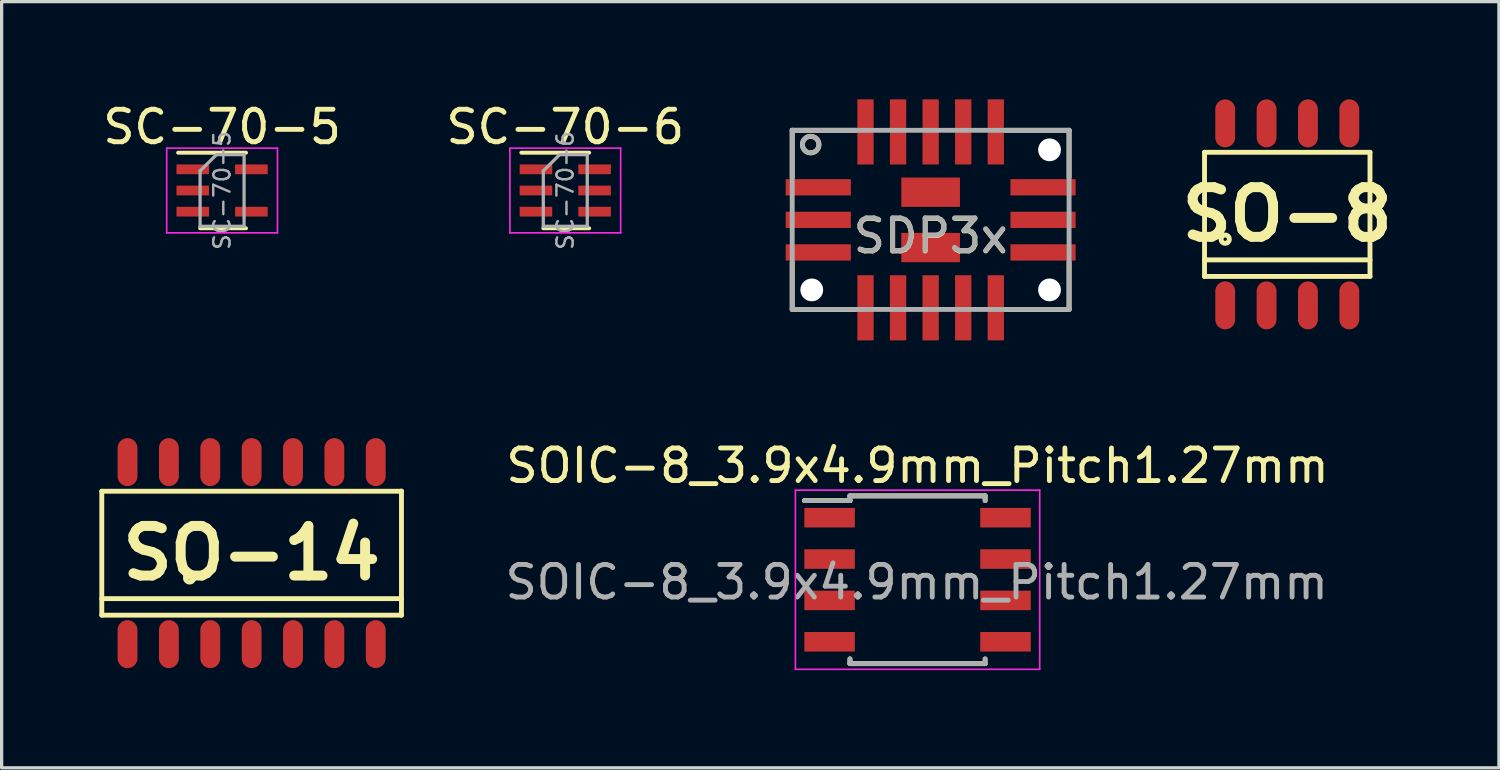
<source format=kicad_pcb>
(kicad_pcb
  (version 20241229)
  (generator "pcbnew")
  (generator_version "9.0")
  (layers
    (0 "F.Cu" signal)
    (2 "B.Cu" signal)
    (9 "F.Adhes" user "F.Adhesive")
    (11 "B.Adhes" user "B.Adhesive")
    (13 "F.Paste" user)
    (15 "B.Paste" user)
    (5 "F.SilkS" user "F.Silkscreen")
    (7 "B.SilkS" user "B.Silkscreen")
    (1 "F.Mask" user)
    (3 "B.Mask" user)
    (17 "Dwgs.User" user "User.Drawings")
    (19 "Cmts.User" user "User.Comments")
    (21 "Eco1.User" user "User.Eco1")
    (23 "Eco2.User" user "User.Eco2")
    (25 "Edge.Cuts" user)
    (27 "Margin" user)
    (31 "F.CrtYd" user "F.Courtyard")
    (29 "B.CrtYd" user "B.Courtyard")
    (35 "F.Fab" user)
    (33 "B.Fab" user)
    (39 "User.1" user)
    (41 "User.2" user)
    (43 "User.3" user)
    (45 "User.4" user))
  (footprint "SOIC-8_3.9x4.9mm_Pitch1.27mm"
    (layer "F.Cu")
    (at 25.119 14.748)
    (property "Reference" "SOIC-8_3.9x4.9mm_Pitch1.27mm" (at 0 -3.5 0) (layer "F.SilkS") (effects (font (size 1 1) (thickness 0.15))))
    (attr smd)
    (fp_line (start -2.075 -2.575) (end -2.075 -2.43) (stroke (width 0.15) (type solid)) (layer "F.SilkS"))
    (fp_line (start -2.075 -2.575) (end 2.075 -2.575) (stroke (width 0.15) (type solid)) (layer "F.SilkS"))
    (fp_line (start -2.075 -2.43) (end -3.475 -2.43) (stroke (width 0.15) (type solid)) (layer "F.SilkS"))
    (fp_line (start -2.075 2.575) (end -2.075 2.43) (stroke (width 0.15) (type solid)) (layer "F.SilkS"))
    (fp_line (start -2.075 2.575) (end 2.075 2.575) (stroke (width 0.15) (type solid)) (layer "F.SilkS"))
    (fp_line (start 2.075 -2.575) (end 2.075 -2.43) (stroke (width 0.15) (type solid)) (layer "F.SilkS"))
    (fp_line (start -3.75 -2.75) (end -3.75 2.75) (stroke (width 0.05) (type solid)) (layer "F.CrtYd"))
    (fp_line (start -3.75 -2.75) (end 3.75 -2.75) (stroke (width 0.05) (type solid)) (layer "F.CrtYd"))
    (fp_line (start -3.75 2.75) (end 3.75 2.75) (stroke (width 0.05) (type solid)) (layer "F.CrtYd"))
    (fp_line (start 3.75 -2.75) (end 3.75 2.75) (stroke (width 0.05) (type solid)) (layer "F.CrtYd"))
    (fp_line (start -2.083 -2.575) (end 2.067 -2.575) (stroke (width 0.15) (type solid)) (layer "F.Fab"))
    (fp_line (start -2.075 -2.575) (end -2.075 -2.43) (stroke (width 0.15) (type solid)) (layer "F.Fab"))
    (fp_line (start -2.075 -2.43) (end -3.475 -2.43) (stroke (width 0.15) (type solid)) (layer "F.Fab"))
    (fp_line (start -2.075 2.575) (end -2.075 2.43) (stroke (width 0.15) (type solid)) (layer "F.Fab"))
    (fp_line (start -2.075 2.575) (end 2.075 2.575) (stroke (width 0.15) (type solid)) (layer "F.Fab"))
    (fp_line (start 2.075 -2.575) (end 2.075 -2.43) (stroke (width 0.15) (type solid)) (layer "F.Fab"))
    (fp_line (start 2.075 2.575) (end 2.075 2.43) (stroke (width 0.15) (type solid)) (layer "F.Fab"))
    (fp_line (start 2.075 2.575) (end 2.075 2.43) (stroke (width 0.15) (type solid)) (layer "F.Fab"))
    (fp_text user "${REFERENCE}" (at -0.025 0.076 0) (layer "F.Fab") (effects (font (size 1 1) (thickness 0.15))))
    (pad "1" smd rect (at -2.7 -1.905) (size 1.55 0.6) (layers "F.Cu" "F.Mask" "F.Paste"))
    (pad "2" smd rect (at -2.7 -0.635) (size 1.55 0.6) (layers "F.Cu" "F.Mask" "F.Paste"))
    (pad "3" smd rect (at -2.7 0.635) (size 1.55 0.6) (layers "F.Cu" "F.Mask" "F.Paste"))
    (pad "4" smd rect (at -2.7 1.905) (size 1.55 0.6) (layers "F.Cu" "F.Mask" "F.Paste"))
    (pad "5" smd rect (at 2.7 1.905) (size 1.55 0.6) (layers "F.Cu" "F.Mask" "F.Paste"))
    (pad "6" smd rect (at 2.7 0.635) (size 1.55 0.6) (layers "F.Cu" "F.Mask" "F.Paste"))
    (pad "7" smd rect (at 2.7 -0.635) (size 1.55 0.6) (layers "F.Cu" "F.Mask" "F.Paste"))
    (pad "8" smd rect (at 2.7 -1.905) (size 1.55 0.6) (layers "F.Cu" "F.Mask" "F.Paste")))
  (footprint "SDP3x"
    (layer "F.Cu")
    (at 25.521 3.7)
    (property "Reference" "SDP3x" (at 0 0.5 0) (layer "F.SilkS") (effects (font (size 1 1) (thickness 0.15))))
    (attr through_hole)
    (fp_line (start -4.25 -2.75) (end -4.25 -1.3) (stroke (width 0.15) (type solid)) (layer "F.SilkS"))
    (fp_line (start -4.25 -2.75) (end -2.3 -2.75) (stroke (width 0.15) (type solid)) (layer "F.SilkS"))
    (fp_line (start -4.25 1.3) (end -4.25 2.75) (stroke (width 0.15) (type solid)) (layer "F.SilkS"))
    (fp_line (start -4.25 2.75) (end -2.3 2.75) (stroke (width 0.15) (type solid)) (layer "F.SilkS"))
    (fp_line (start 2.3 -2.75) (end 4.25 -2.75) (stroke (width 0.15) (type solid)) (layer "F.SilkS"))
    (fp_line (start 4.25 -2.75) (end 4.25 -1.3) (stroke (width 0.15) (type solid)) (layer "F.SilkS"))
    (fp_line (start 4.25 1.3) (end 4.25 2.75) (stroke (width 0.15) (type solid)) (layer "F.SilkS"))
    (fp_line (start 4.25 2.75) (end 2.3 2.75) (stroke (width 0.15) (type solid)) (layer "F.SilkS"))
    (fp_circle (center -3.683 -2.311) (end -3.429 -2.311) (stroke (width 0.15) (type solid)) (fill no) (layer "F.SilkS"))
    (fp_line (start -4.25 -2.75) (end 4.25 -2.75) (stroke (width 0.15) (type solid)) (layer "F.Fab"))
    (fp_line (start -4.25 2.75) (end -4.25 -2.75) (stroke (width 0.15) (type solid)) (layer "F.Fab"))
    (fp_line (start 4.25 -2.75) (end 4.25 2.75) (stroke (width 0.15) (type solid)) (layer "F.Fab"))
    (fp_line (start 4.25 2.75) (end -4.25 2.75) (stroke (width 0.15) (type solid)) (layer "F.Fab"))
    (fp_circle (center -3.683 -2.311) (end -3.429 -2.311) (stroke (width 0.15) (type solid)) (fill no) (layer "F.Fab"))
    (fp_text user "${REFERENCE}" (at 0 0.483 0) (layer "F.Fab") (effects (font (size 1 1) (thickness 0.15))))
    (pad "" np_thru_hole circle (at -3.65 2.15) (size 0.7 0.7) (drill 0.7) (layers "*.Cu" "*.Mask"))
    (pad "" np_thru_hole circle (at 3.65 -2.15) (size 0.7 0.7) (drill 0.7) (layers "*.Cu" "*.Mask"))
    (pad "" np_thru_hole circle (at 3.65 2.15) (size 0.7 0.7) (drill 0.7) (layers "*.Cu" "*.Mask"))
    (pad "1" smd trapezoid (at -3.45 -1) (size 2 0.5) (layers "F.Cu" "F.Mask" "F.Paste"))
    (pad "2" smd trapezoid (at -3.45 0) (size 2 0.5) (layers "F.Cu" "F.Mask" "F.Paste"))
    (pad "3" smd trapezoid (at -3.45 1) (size 2 0.5) (layers "F.Cu" "F.Mask" "F.Paste"))
    (pad "4" smd trapezoid (at -2 2.7 90) (size 2 0.5) (layers "F.Cu" "F.Mask" "F.Paste"))
    (pad "5" smd trapezoid (at -1 2.7 90) (size 2 0.5) (layers "F.Cu" "F.Mask" "F.Paste"))
    (pad "6" smd trapezoid (at 0 2.7 90) (size 2 0.5) (layers "F.Cu" "F.Mask" "F.Paste"))
    (pad "7" smd trapezoid (at 1 2.7 90) (size 2 0.5) (layers "F.Cu" "F.Mask" "F.Paste"))
    (pad "8" smd trapezoid (at 2 2.7 90) (size 2 0.5) (layers "F.Cu" "F.Mask" "F.Paste"))
    (pad "9" smd trapezoid (at 3.45 1) (size 2 0.5) (layers "F.Cu" "F.Mask" "F.Paste"))
    (pad "10" smd trapezoid (at 3.45 0) (size 2 0.5) (layers "F.Cu" "F.Mask" "F.Paste"))
    (pad "11" smd trapezoid (at 3.45 -1) (size 2 0.5) (layers "F.Cu" "F.Mask" "F.Paste"))
    (pad "12" smd trapezoid (at 2 -2.7 90) (size 2 0.5) (layers "F.Cu" "F.Mask" "F.Paste"))
    (pad "13" smd trapezoid (at 1 -2.7 90) (size 2 0.5) (layers "F.Cu" "F.Mask" "F.Paste"))
    (pad "14" smd trapezoid (at 0 -2.7 90) (size 2 0.5) (layers "F.Cu" "F.Mask" "F.Paste"))
    (pad "15" smd trapezoid (at -1 -2.7 90) (size 2 0.5) (layers "F.Cu" "F.Mask" "F.Paste"))
    (pad "16" smd trapezoid (at -2 -2.7 90) (size 2 0.5) (layers "F.Cu" "F.Mask" "F.Paste"))
    (pad "17" smd trapezoid (at 0 -0.85) (size 1.8 0.9) (layers "F.Cu" "F.Mask" "F.Paste"))
    (pad "18" smd trapezoid (at 0 0.85) (size 1.8 0.9) (layers "F.Cu" "F.Mask" "F.Paste")))
  (footprint "SO-8"
    (layer "F.Cu")
    (at 36.469 3.531)
    (property "Reference" "SO-8" (at 0 0 0) (layer "F.SilkS") (effects (font (size 1.524 1.524) (thickness 0.305))))
    (attr through_hole)
    (fp_line (start -2.54 -1.905) (end 2.54 -1.905) (stroke (width 0.15) (type solid)) (layer "F.SilkS"))
    (fp_line (start -2.54 1.397) (end 2.54 1.397) (stroke (width 0.15) (type solid)) (layer "F.SilkS"))
    (fp_line (start -2.54 1.905) (end -2.54 -1.905) (stroke (width 0.15) (type solid)) (layer "F.SilkS"))
    (fp_line (start -2.54 1.905) (end 2.54 1.905) (stroke (width 0.15) (type solid)) (layer "F.SilkS"))
    (fp_line (start 2.54 1.905) (end 2.54 -1.905) (stroke (width 0.15) (type solid)) (layer "F.SilkS"))
    (fp_circle (center -1.905 0.762) (end -1.778 0.762) (stroke (width 0.15) (type solid)) (fill no) (layer "F.SilkS"))
    (pad "1" smd oval (at -1.905 2.794) (size 0.61 1.473) (layers "F.Cu" "F.Mask" "F.Paste"))
    (pad "2" smd oval (at -0.635 2.794) (size 0.61 1.473) (layers "F.Cu" "F.Mask" "F.Paste"))
    (pad "3" smd oval (at 0.635 2.794) (size 0.61 1.473) (layers "F.Cu" "F.Mask" "F.Paste"))
    (pad "4" smd oval (at 1.905 2.794) (size 0.61 1.473) (layers "F.Cu" "F.Mask" "F.Paste"))
    (pad "5" smd oval (at 1.905 -2.794) (size 0.61 1.473) (layers "F.Cu" "F.Mask" "F.Paste"))
    (pad "6" smd oval (at 0.635 -2.794) (size 0.61 1.473) (layers "F.Cu" "F.Mask" "F.Paste"))
    (pad "7" smd oval (at -0.635 -2.794) (size 0.61 1.473) (layers "F.Cu" "F.Mask" "F.Paste"))
    (pad "8" smd oval (at -1.905 -2.794) (size 0.61 1.473) (layers "F.Cu" "F.Mask" "F.Paste")))
  (footprint "SC-70-5"
    (layer "F.Cu")
    (at 3.768 2.798)
    (property "Reference" "SC-70-5" (at 0 -1.95 0) (layer "F.SilkS") (effects (font (size 1 1) (thickness 0.15))))
    (attr smd)
    (fp_line (start -0.675 1.16) (end 0.735 1.16) (stroke (width 0.12) (type solid)) (layer "F.SilkS"))
    (fp_line (start 0.735 -1.16) (end -1.35 -1.16) (stroke (width 0.12) (type solid)) (layer "F.SilkS"))
    (fp_line (start -1.7 -1.3) (end 1.7 -1.3) (stroke (width 0.05) (type solid)) (layer "F.CrtYd"))
    (fp_line (start -1.7 1.3) (end -1.7 -1.3) (stroke (width 0.05) (type solid)) (layer "F.CrtYd"))
    (fp_line (start 1.7 -1.3) (end 1.7 1.3) (stroke (width 0.05) (type solid)) (layer "F.CrtYd"))
    (fp_line (start 1.7 1.3) (end -1.7 1.3) (stroke (width 0.05) (type solid)) (layer "F.CrtYd"))
    (fp_line (start -0.675 -0.6) (end -0.675 1.1) (stroke (width 0.1) (type solid)) (layer "F.Fab"))
    (fp_line (start -0.175 -1.1) (end -0.675 -0.6) (stroke (width 0.1) (type solid)) (layer "F.Fab"))
    (fp_line (start 0.675 -1.1) (end -0.175 -1.1) (stroke (width 0.1) (type solid)) (layer "F.Fab"))
    (fp_line (start 0.675 -1.1) (end 0.675 1.1) (stroke (width 0.1) (type solid)) (layer "F.Fab"))
    (fp_line (start 0.675 1.1) (end -0.675 1.1) (stroke (width 0.1) (type solid)) (layer "F.Fab"))
    (fp_text user "${REFERENCE}" (at 0 0 90) (layer "F.Fab") (effects (font (size 0.5 0.5) (thickness 0.075))))
    (pad "1" smd rect (at -0.9 -0.65 270) (size 0.3 1) (layers "F.Cu" "F.Mask" "F.Paste"))
    (pad "2" smd rect (at -0.9 0 270) (size 0.3 1) (layers "F.Cu" "F.Mask" "F.Paste"))
    (pad "3" smd rect (at -0.9 0.65 270) (size 0.3 1) (layers "F.Cu" "F.Mask" "F.Paste"))
    (pad "4" smd rect (at 0.9 0.65 270) (size 0.3 1) (layers "F.Cu" "F.Mask" "F.Paste"))
    (pad "5" smd rect (at 0.9 -0.65 270) (size 0.3 1) (layers "F.Cu" "F.Mask" "F.Paste")))
  (footprint "SC-70-6"
    (layer "F.Cu")
    (at 14.304 2.798)
    (property "Reference" "SC-70-6" (at 0 -1.95 0) (layer "F.SilkS") (effects (font (size 1 1) (thickness 0.15))))
    (attr smd)
    (fp_line (start -0.675 1.16) (end 0.735 1.16) (stroke (width 0.12) (type solid)) (layer "F.SilkS"))
    (fp_line (start 0.735 -1.16) (end -1.35 -1.16) (stroke (width 0.12) (type solid)) (layer "F.SilkS"))
    (fp_line (start -1.7 -1.3) (end 1.7 -1.3) (stroke (width 0.05) (type solid)) (layer "F.CrtYd"))
    (fp_line (start -1.7 1.3) (end -1.7 -1.3) (stroke (width 0.05) (type solid)) (layer "F.CrtYd"))
    (fp_line (start 1.7 -1.3) (end 1.7 1.3) (stroke (width 0.05) (type solid)) (layer "F.CrtYd"))
    (fp_line (start 1.7 1.3) (end -1.7 1.3) (stroke (width 0.05) (type solid)) (layer "F.CrtYd"))
    (fp_line (start -0.675 -0.6) (end -0.675 1.1) (stroke (width 0.1) (type solid)) (layer "F.Fab"))
    (fp_line (start -0.175 -1.1) (end -0.675 -0.6) (stroke (width 0.1) (type solid)) (layer "F.Fab"))
    (fp_line (start 0.675 -1.1) (end -0.175 -1.1) (stroke (width 0.1) (type solid)) (layer "F.Fab"))
    (fp_line (start 0.675 -1.1) (end 0.675 1.1) (stroke (width 0.1) (type solid)) (layer "F.Fab"))
    (fp_line (start 0.675 1.1) (end -0.675 1.1) (stroke (width 0.1) (type solid)) (layer "F.Fab"))
    (fp_text user "${REFERENCE}" (at 0 0 90) (layer "F.Fab") (effects (font (size 0.5 0.5) (thickness 0.075))))
    (pad "1" smd rect (at -0.9 -0.65 270) (size 0.3 1) (layers "F.Cu" "F.Mask" "F.Paste"))
    (pad "2" smd rect (at -0.9 0 270) (size 0.3 1) (layers "F.Cu" "F.Mask" "F.Paste"))
    (pad "3" smd rect (at -0.9 0.65 270) (size 0.3 1) (layers "F.Cu" "F.Mask" "F.Paste"))
    (pad "4" smd rect (at 0.9 0.65 270) (size 0.3 1) (layers "F.Cu" "F.Mask" "F.Paste"))
    (pad "5" smd rect (at 0.9 0 270) (size 0.3 1) (layers "F.Cu" "F.Mask" "F.Paste"))
    (pad "6" smd rect (at 0.9 -0.65 270) (size 0.3 1) (layers "F.Cu" "F.Mask" "F.Paste")))
  (footprint "SO-14"
    (layer "F.Cu")
    (at 4.675 13.931)
    (property "Reference" "SO-14" (at 0 0 0) (layer "F.SilkS") (effects (font (size 1.524 1.524) (thickness 0.305))))
    (attr through_hole)
    (fp_line (start -4.6 -1.9) (end 4.6 -1.9) (stroke (width 0.15) (type solid)) (layer "F.SilkS"))
    (fp_line (start -4.6 1.397) (end 4.6 1.397) (stroke (width 0.15) (type solid)) (layer "F.SilkS"))
    (fp_line (start -4.6 1.9) (end -4.6 -1.9) (stroke (width 0.15) (type solid)) (layer "F.SilkS"))
    (fp_line (start -4.6 1.905) (end 4.6 1.905) (stroke (width 0.15) (type solid)) (layer "F.SilkS"))
    (fp_line (start 4.6 1.905) (end 4.6 -1.905) (stroke (width 0.15) (type solid)) (layer "F.SilkS"))
    (fp_circle (center -1.905 0.762) (end -1.778 0.762) (stroke (width 0.15) (type solid)) (fill no) (layer "F.SilkS"))
    (pad "1" smd oval (at -3.81 2.794) (size 0.61 1.473) (layers "F.Cu" "F.Mask" "F.Paste"))
    (pad "2" smd oval (at -2.54 2.794) (size 0.61 1.473) (layers "F.Cu" "F.Mask" "F.Paste"))
    (pad "3" smd oval (at -1.27 2.794) (size 0.61 1.473) (layers "F.Cu" "F.Mask" "F.Paste"))
    (pad "4" smd oval (at 0 2.794) (size 0.61 1.473) (layers "F.Cu" "F.Mask" "F.Paste"))
    (pad "5" smd oval (at 1.27 2.794) (size 0.61 1.473) (layers "F.Cu" "F.Mask" "F.Paste"))
    (pad "6" smd oval (at 2.54 2.794) (size 0.61 1.473) (layers "F.Cu" "F.Mask" "F.Paste"))
    (pad "7" smd oval (at 3.81 2.794) (size 0.61 1.473) (layers "F.Cu" "F.Mask" "F.Paste"))
    (pad "8" smd oval (at 3.81 -2.794) (size 0.61 1.473) (layers "F.Cu" "F.Mask" "F.Paste"))
    (pad "9" smd oval (at 2.54 -2.794) (size 0.61 1.473) (layers "F.Cu" "F.Mask" "F.Paste"))
    (pad "10" smd oval (at 1.27 -2.794) (size 0.61 1.473) (layers "F.Cu" "F.Mask" "F.Paste"))
    (pad "11" smd oval (at 0 -2.794) (size 0.61 1.473) (layers "F.Cu" "F.Mask" "F.Paste"))
    (pad "12" smd oval (at -1.27 -2.794) (size 0.61 1.473) (layers "F.Cu" "F.Mask" "F.Paste"))
    (pad "13" smd oval (at -2.54 -2.794) (size 0.61 1.473) (layers "F.Cu" "F.Mask" "F.Paste"))
    (pad "14" smd oval (at -3.81 -2.794) (size 0.61 1.473) (layers "F.Cu" "F.Mask" "F.Paste")))
  (gr_rect
    (start -3 -3)
    (end 42.967 20.523)
    (stroke (width 0.1) (type default))
    (fill no)
    (layer "Edge.Cuts")))
</source>
